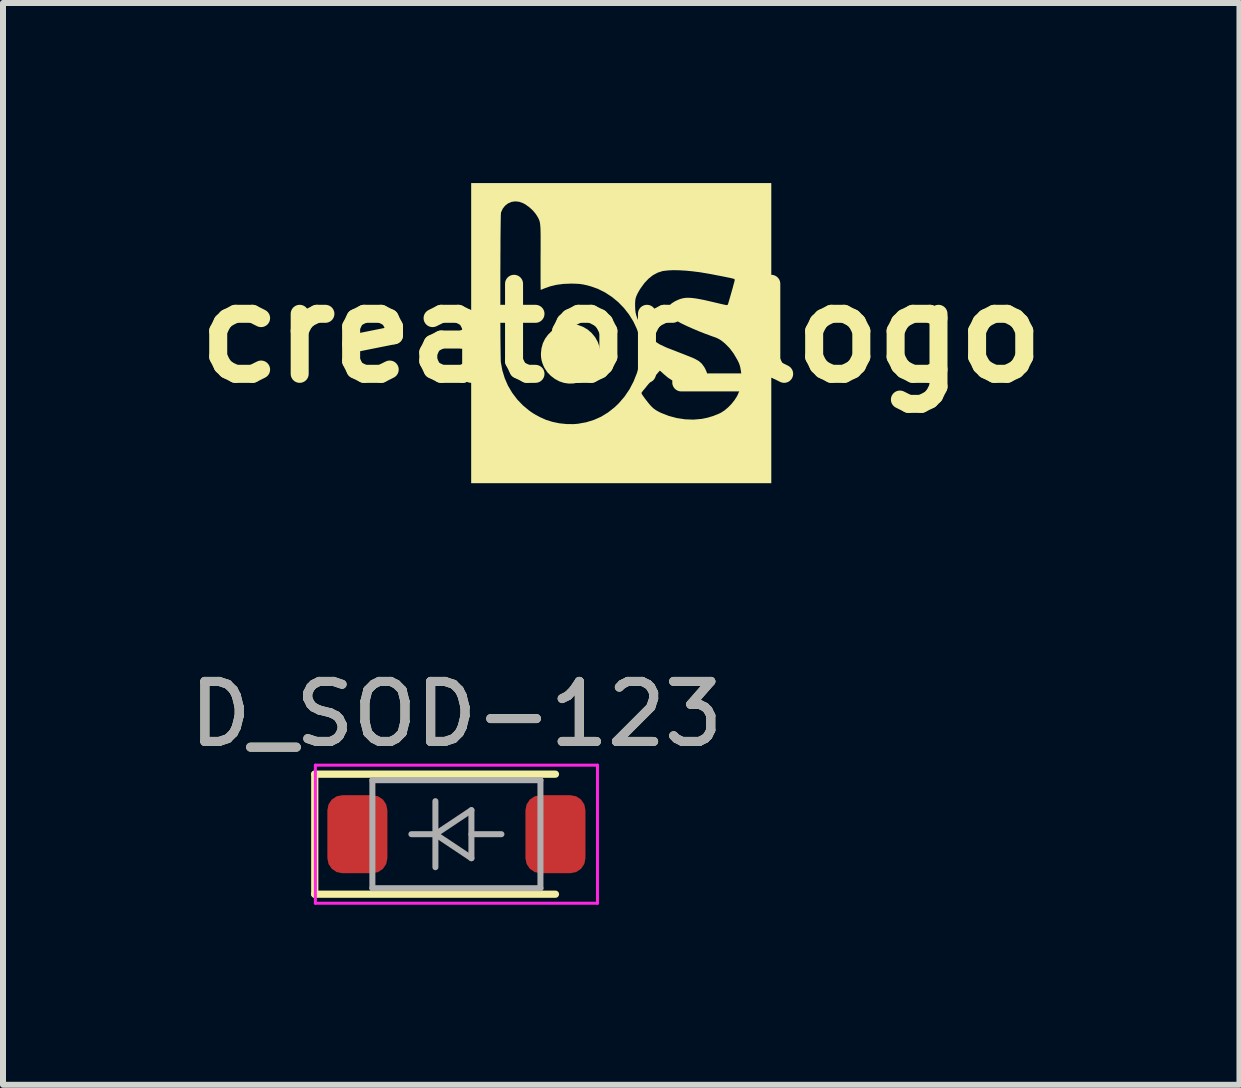
<source format=kicad_pcb>
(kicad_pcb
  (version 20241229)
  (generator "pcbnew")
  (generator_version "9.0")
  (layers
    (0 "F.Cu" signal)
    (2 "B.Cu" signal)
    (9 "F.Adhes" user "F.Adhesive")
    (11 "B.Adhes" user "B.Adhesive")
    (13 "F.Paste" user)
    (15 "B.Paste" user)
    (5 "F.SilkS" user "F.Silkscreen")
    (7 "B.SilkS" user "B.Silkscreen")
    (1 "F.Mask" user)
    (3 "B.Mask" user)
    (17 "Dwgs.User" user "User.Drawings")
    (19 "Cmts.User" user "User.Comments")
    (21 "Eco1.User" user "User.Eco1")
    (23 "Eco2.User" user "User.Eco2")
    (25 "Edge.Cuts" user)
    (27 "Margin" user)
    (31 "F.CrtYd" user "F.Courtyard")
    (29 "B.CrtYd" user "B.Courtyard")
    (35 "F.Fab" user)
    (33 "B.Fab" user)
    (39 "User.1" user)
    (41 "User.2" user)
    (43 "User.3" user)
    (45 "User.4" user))
  (footprint "D_SOD-123"
    (layer "F.Cu")
    (at 4.554 10.848)
    (property "Reference" "D_SOD-123" (at 0 -2 0) (layer "F.SilkS") (effects (font (size 1 1) (thickness 0.15))))
    (attr smd)
    (fp_line (start -2.36 -1) (end -2.36 1) (stroke (width 0.12) (type solid)) (layer "F.SilkS"))
    (fp_line (start -2.36 -1) (end 1.65 -1) (stroke (width 0.12) (type solid)) (layer "F.SilkS"))
    (fp_line (start -2.36 1) (end 1.65 1) (stroke (width 0.12) (type solid)) (layer "F.SilkS"))
    (fp_line (start -2.35 -1.15) (end -2.35 1.15) (stroke (width 0.05) (type solid)) (layer "F.CrtYd"))
    (fp_line (start -2.35 -1.15) (end 2.35 -1.15) (stroke (width 0.05) (type solid)) (layer "F.CrtYd"))
    (fp_line (start 2.35 -1.15) (end 2.35 1.15) (stroke (width 0.05) (type solid)) (layer "F.CrtYd"))
    (fp_line (start 2.35 1.15) (end -2.35 1.15) (stroke (width 0.05) (type solid)) (layer "F.CrtYd"))
    (fp_line (start -1.4 -0.9) (end 1.4 -0.9) (stroke (width 0.1) (type solid)) (layer "F.Fab"))
    (fp_line (start -1.4 0.9) (end -1.4 -0.9) (stroke (width 0.1) (type solid)) (layer "F.Fab"))
    (fp_line (start -0.75 0) (end -0.35 0) (stroke (width 0.1) (type solid)) (layer "F.Fab"))
    (fp_line (start -0.35 0) (end -0.35 -0.55) (stroke (width 0.1) (type solid)) (layer "F.Fab"))
    (fp_line (start -0.35 0) (end -0.35 0.55) (stroke (width 0.1) (type solid)) (layer "F.Fab"))
    (fp_line (start -0.35 0) (end 0.25 -0.4) (stroke (width 0.1) (type solid)) (layer "F.Fab"))
    (fp_line (start 0.25 -0.4) (end 0.25 0.4) (stroke (width 0.1) (type solid)) (layer "F.Fab"))
    (fp_line (start 0.25 0) (end 0.75 0) (stroke (width 0.1) (type solid)) (layer "F.Fab"))
    (fp_line (start 0.25 0.4) (end -0.35 0) (stroke (width 0.1) (type solid)) (layer "F.Fab"))
    (fp_line (start 1.4 -0.9) (end 1.4 0.9) (stroke (width 0.1) (type solid)) (layer "F.Fab"))
    (fp_line (start 1.4 0.9) (end -1.4 0.9) (stroke (width 0.1) (type solid)) (layer "F.Fab"))
    (fp_text user "${REFERENCE}" (at 0 -2 0) (layer "F.Fab") (effects (font (size 1 1) (thickness 0.15))))
    (pad "1" smd roundrect (at -1.65 0) (size 1 1.3) (layers "F.Cu" "F.Mask" "F.Paste") (roundrect_rratio 0.25))
    (pad "2" smd roundrect (at 1.65 0) (size 1 1.3) (layers "F.Cu" "F.Mask" "F.Paste") (roundrect_rratio 0.25)))
  (footprint "creator_logo"
    (layer "F.Cu")
    (at 7.3 2.5)
    (property "Reference" "creator_logo" (at 0 0 0) (layer "F.SilkS") (effects (font (size 1.5 1.5) (thickness 0.3))))
    (attr board_only exclude_from_pos_files exclude_from_bom)
    (fp_poly (pts (xy -0.764 -0.145) (xy -0.722 -0.136) (xy -0.637 -0.105) (xy -0.56 -0.06) (xy -0.493 -0.002) (xy -0.435 0.068) (xy -0.391 0.147) (xy -0.361 0.231) (xy -0.348 0.316) (xy -0.351 0.401) (xy -0.369 0.485) (xy -0.401 0.564) (xy -0.445 0.637) (xy -0.502 0.702) (xy -0.57 0.757) (xy -0.626 0.789) (xy -0.712 0.822) (xy -0.796 0.839) (xy -0.881 0.84) (xy -0.953 0.829) (xy -1.03 0.804) (xy -1.105 0.764) (xy -1.172 0.713) (xy -1.231 0.652) (xy -1.276 0.585) (xy -1.287 0.564) (xy -1.312 0.504) (xy -1.328 0.45) (xy -1.336 0.397) (xy -1.338 0.343) (xy -1.329 0.254) (xy -1.306 0.17) (xy -1.269 0.094) (xy -1.219 0.026) (xy -1.16 -0.033) (xy -1.092 -0.082) (xy -1.017 -0.118) (xy -0.936 -0.142) (xy -0.851 -0.151)) (stroke (width 0) (type solid)) (fill yes) (layer "F.SilkS"))
    (fp_poly (pts (xy 2.5 0) (xy 2.5 2.5) (xy 0 2.5) (xy -2.5 2.5) (xy -2.5 0) (xy -2.5 -0.669) (xy -2.014 -0.669) (xy -2.014 -0.541) (xy -2.014 -0.415) (xy -2.014 -0.293) (xy -2.014 -0.175) (xy -2.013 -0.062) (xy -2.013 0.043) (xy -2.012 0.14) (xy -2.011 0.228) (xy -2.01 0.306) (xy -2.009 0.371) (xy -2.008 0.424) (xy -2.007 0.462) (xy -2.005 0.485) (xy -2.005 0.487) (xy -1.981 0.621) (xy -1.941 0.751) (xy -1.886 0.877) (xy -1.816 0.995) (xy -1.733 1.105) (xy -1.638 1.204) (xy -1.532 1.292) (xy -1.528 1.294) (xy -1.498 1.316) (xy -1.472 1.333) (xy -1.446 1.349) (xy -1.416 1.366) (xy -1.377 1.387) (xy -1.351 1.401) (xy -1.253 1.445) (xy -1.143 1.479) (xy -1.027 1.503) (xy -0.908 1.515) (xy -0.792 1.516) (xy -0.72 1.51) (xy -0.583 1.485) (xy -0.455 1.446) (xy -0.334 1.392) (xy -0.22 1.322) (xy -0.112 1.237) (xy -0.04 1.168) (xy 0.054 1.059) (xy 0.137 0.937) (xy 0.206 0.805) (xy 0.262 0.664) (xy 0.301 0.527) (xy 0.31 0.487) (xy 0.317 0.452) (xy 0.321 0.417) (xy 0.323 0.377) (xy 0.324 0.329) (xy 0.325 0.282) (xy 0.324 0.224) (xy 0.323 0.178) (xy 0.321 0.143) (xy 0.317 0.113) (xy 0.311 0.084) (xy 0.306 0.065) (xy 0.262 -0.066) (xy 0.203 -0.192) (xy 0.131 -0.309) (xy 0.046 -0.418) (xy 0.009 -0.456) (xy 0.231 -0.456) (xy 0.233 -0.397) (xy 0.239 -0.344) (xy 0.251 -0.294) (xy 0.27 -0.241) (xy 0.296 -0.182) (xy 0.327 -0.122) (xy 0.385 -0.03) (xy 0.458 0.052) (xy 0.544 0.126) (xy 0.644 0.189) (xy 0.755 0.241) (xy 0.786 0.253) (xy 0.827 0.269) (xy 0.877 0.288) (xy 0.933 0.31) (xy 0.992 0.333) (xy 1.051 0.356) (xy 1.106 0.378) (xy 1.155 0.398) (xy 1.195 0.414) (xy 1.222 0.426) (xy 1.228 0.429) (xy 1.291 0.464) (xy 1.341 0.508) (xy 1.381 0.562) (xy 1.398 0.592) (xy 1.415 0.628) (xy 1.425 0.654) (xy 1.43 0.676) (xy 1.431 0.699) (xy 1.431 0.717) (xy 1.422 0.767) (xy 1.401 0.807) (xy 1.367 0.838) (xy 1.319 0.86) (xy 1.256 0.875) (xy 1.235 0.879) (xy 1.144 0.882) (xy 1.05 0.869) (xy 0.957 0.841) (xy 0.866 0.799) (xy 0.78 0.743) (xy 0.71 0.684) (xy 0.683 0.659) (xy 0.661 0.639) (xy 0.647 0.628) (xy 0.643 0.625) (xy 0.637 0.632) (xy 0.621 0.65) (xy 0.598 0.677) (xy 0.569 0.711) (xy 0.536 0.75) (xy 0.501 0.792) (xy 0.466 0.835) (xy 0.431 0.876) (xy 0.4 0.915) (xy 0.373 0.947) (xy 0.353 0.972) (xy 0.341 0.988) (xy 0.341 0.988) (xy 0.338 0.996) (xy 0.34 1.007) (xy 0.348 1.024) (xy 0.365 1.048) (xy 0.39 1.083) (xy 0.398 1.094) (xy 0.443 1.152) (xy 0.48 1.197) (xy 0.515 1.234) (xy 0.548 1.263) (xy 0.584 1.287) (xy 0.625 1.31) (xy 0.661 1.328) (xy 0.791 1.379) (xy 0.926 1.415) (xy 1.064 1.436) (xy 1.203 1.441) (xy 1.34 1.429) (xy 1.346 1.428) (xy 1.438 1.409) (xy 1.534 1.38) (xy 1.624 1.344) (xy 1.661 1.326) (xy 1.719 1.289) (xy 1.779 1.239) (xy 1.836 1.181) (xy 1.887 1.117) (xy 1.928 1.053) (xy 1.941 1.027) (xy 1.971 0.956) (xy 1.992 0.893) (xy 2.004 0.833) (xy 2.007 0.771) (xy 2.004 0.703) (xy 1.993 0.623) (xy 1.992 0.621) (xy 1.984 0.573) (xy 1.974 0.535) (xy 1.962 0.501) (xy 1.943 0.462) (xy 1.933 0.443) (xy 1.872 0.339) (xy 1.805 0.25) (xy 1.73 0.174) (xy 1.68 0.133) (xy 1.656 0.116) (xy 1.633 0.102) (xy 1.607 0.088) (xy 1.575 0.074) (xy 1.532 0.059) (xy 1.477 0.039) (xy 1.475 0.038) (xy 1.39 0.007) (xy 1.296 -0.03) (xy 1.198 -0.072) (xy 1.102 -0.114) (xy 1.014 -0.156) (xy 1.002 -0.162) (xy 0.923 -0.205) (xy 0.861 -0.249) (xy 0.816 -0.293) (xy 0.787 -0.336) (xy 0.776 -0.378) (xy 0.781 -0.42) (xy 0.803 -0.459) (xy 0.842 -0.497) (xy 0.898 -0.532) (xy 0.959 -0.56) (xy 0.997 -0.573) (xy 1.035 -0.582) (xy 1.076 -0.588) (xy 1.122 -0.589) (xy 1.174 -0.586) (xy 1.234 -0.579) (xy 1.304 -0.567) (xy 1.385 -0.551) (xy 1.48 -0.529) (xy 1.558 -0.511) (xy 1.613 -0.498) (xy 1.663 -0.486) (xy 1.704 -0.477) (xy 1.736 -0.47) (xy 1.754 -0.466) (xy 1.757 -0.466) (xy 1.773 -0.472) (xy 1.78 -0.486) (xy 1.79 -0.52) (xy 1.803 -0.564) (xy 1.817 -0.613) (xy 1.832 -0.666) (xy 1.847 -0.718) (xy 1.861 -0.768) (xy 1.872 -0.811) (xy 1.882 -0.845) (xy 1.887 -0.868) (xy 1.889 -0.873) (xy 1.891 -0.89) (xy 1.886 -0.899) (xy 1.872 -0.906) (xy 1.852 -0.911) (xy 1.818 -0.919) (xy 1.769 -0.929) (xy 1.711 -0.941) (xy 1.645 -0.954) (xy 1.575 -0.967) (xy 1.505 -0.981) (xy 1.438 -0.993) (xy 1.377 -1.003) (xy 1.326 -1.012) (xy 1.304 -1.015) (xy 1.186 -1.03) (xy 1.073 -1.041) (xy 0.967 -1.047) (xy 0.869 -1.049) (xy 0.783 -1.045) (xy 0.71 -1.037) (xy 0.686 -1.033) (xy 0.606 -1.007) (xy 0.528 -0.965) (xy 0.455 -0.907) (xy 0.386 -0.834) (xy 0.323 -0.747) (xy 0.301 -0.712) (xy 0.273 -0.662) (xy 0.254 -0.621) (xy 0.241 -0.584) (xy 0.234 -0.545) (xy 0.231 -0.499) (xy 0.231 -0.456) (xy 0.009 -0.456) (xy -0.049 -0.516) (xy -0.155 -0.603) (xy -0.268 -0.677) (xy -0.388 -0.737) (xy -0.496 -0.776) (xy -0.567 -0.796) (xy -0.63 -0.81) (xy -0.691 -0.819) (xy -0.757 -0.823) (xy -0.833 -0.825) (xy -0.836 -0.825) (xy -0.962 -0.82) (xy -1.077 -0.805) (xy -1.185 -0.779) (xy -1.289 -0.742) (xy -1.297 -0.738) (xy -1.321 -0.728) (xy -1.338 -0.722) (xy -1.342 -0.721) (xy -1.342 -0.729) (xy -1.343 -0.753) (xy -1.343 -0.792) (xy -1.344 -0.844) (xy -1.344 -0.907) (xy -1.344 -0.98) (xy -1.344 -1.062) (xy -1.344 -1.15) (xy -1.344 -1.245) (xy -1.344 -1.261) (xy -1.343 -1.374) (xy -1.343 -1.472) (xy -1.343 -1.555) (xy -1.343 -1.625) (xy -1.344 -1.683) (xy -1.345 -1.732) (xy -1.347 -1.771) (xy -1.35 -1.803) (xy -1.353 -1.829) (xy -1.357 -1.85) (xy -1.362 -1.869) (xy -1.368 -1.885) (xy -1.375 -1.902) (xy -1.384 -1.92) (xy -1.385 -1.923) (xy -1.422 -1.983) (xy -1.472 -2.043) (xy -1.531 -2.097) (xy -1.595 -2.143) (xy -1.639 -2.167) (xy -1.704 -2.189) (xy -1.768 -2.195) (xy -1.829 -2.186) (xy -1.885 -2.162) (xy -1.934 -2.124) (xy -1.974 -2.074) (xy -2.002 -2.012) (xy -2.003 -2.01) (xy -2.004 -1.996) (xy -2.006 -1.967) (xy -2.007 -1.923) (xy -2.008 -1.865) (xy -2.009 -1.794) (xy -2.01 -1.713) (xy -2.011 -1.621) (xy -2.012 -1.52) (xy -2.012 -1.412) (xy -2.013 -1.297) (xy -2.013 -1.177) (xy -2.014 -1.053) (xy -2.014 -0.926) (xy -2.014 -0.798) (xy -2.014 -0.669) (xy -2.5 -0.669) (xy -2.5 -2.5) (xy 0 -2.5) (xy 2.5 -2.5)) (stroke (width 0) (type solid)) (fill yes) (layer "F.SilkS")))
  (gr_rect
    (start -3 -3)
    (end 17.6 15.023)
    (stroke (width 0.1) (type default))
    (fill no)
    (layer "Edge.Cuts")))
</source>
